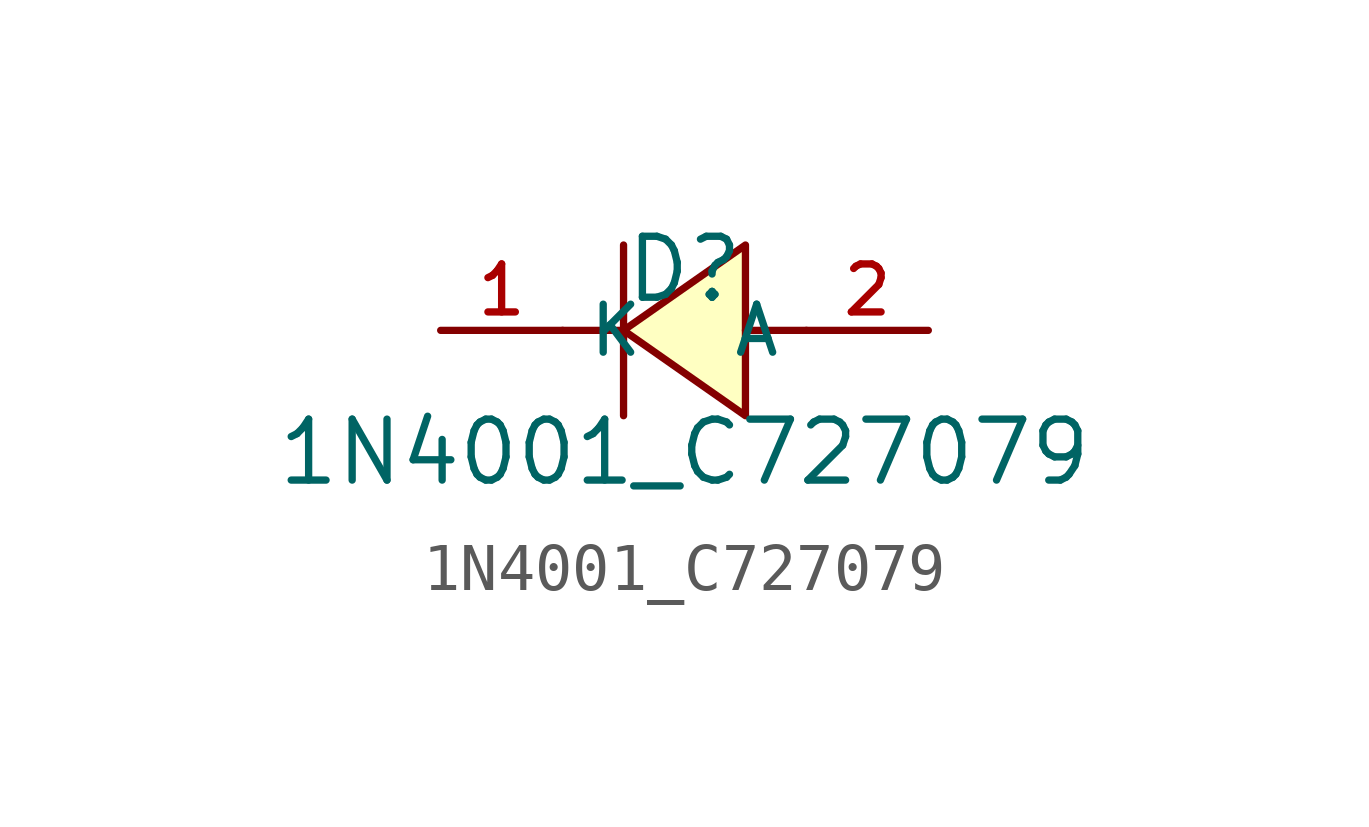
<source format=kicad_sym>
(kicad_symbol_lib
  (version 20210201)
  (generator TousstNicolas/JLC2KiCad_lib)
  (symbol "1N4001_C727079"
    (property "Reference" "D"
      (at 0 1.27 0)
      (effects (font (size 1.27 1.27))))
    (property "Value" "1N4001_C727079"
      (at 0 -2.54 0)
      (effects (font (size 1.27 1.27))))
    (symbol "1N4001_C727079_0_1"
      (pin unspecified line (at 5.08 -0.0 180) (length 2.54) (name "A" (effects (font (size 1 1)))) (number "2" (effects (font (size 1 1)))))
      (pin unspecified line (at -5.08 -0.0 0) (length 2.54) (name "K" (effects (font (size 1 1)))) (number "1" (effects (font (size 1 1)))))
      (polyline (pts (xy -1.27 -0.0) (xy -2.54 -0.0)) (stroke (width 0) (type default) (color 0 0 0 0)) (fill (type none)))
      (polyline (pts (xy 2.54 -0.0) (xy 1.27 -0.0)) (stroke (width 0) (type default) (color 0 0 0 0)) (fill (type none)))
      (polyline (pts (xy -1.27 1.778) (xy -1.27 -1.778)) (stroke (width 0) (type default) (color 0 0 0 0)) (fill (type none)))
      (polyline (pts (xy 1.27 1.778) (xy -1.27 -0.0) (xy 1.27 -1.778) (xy 1.27 1.778)) (stroke (width 0) (type default) (color 0 0 0 0)) (fill (type background))))))
</source>
